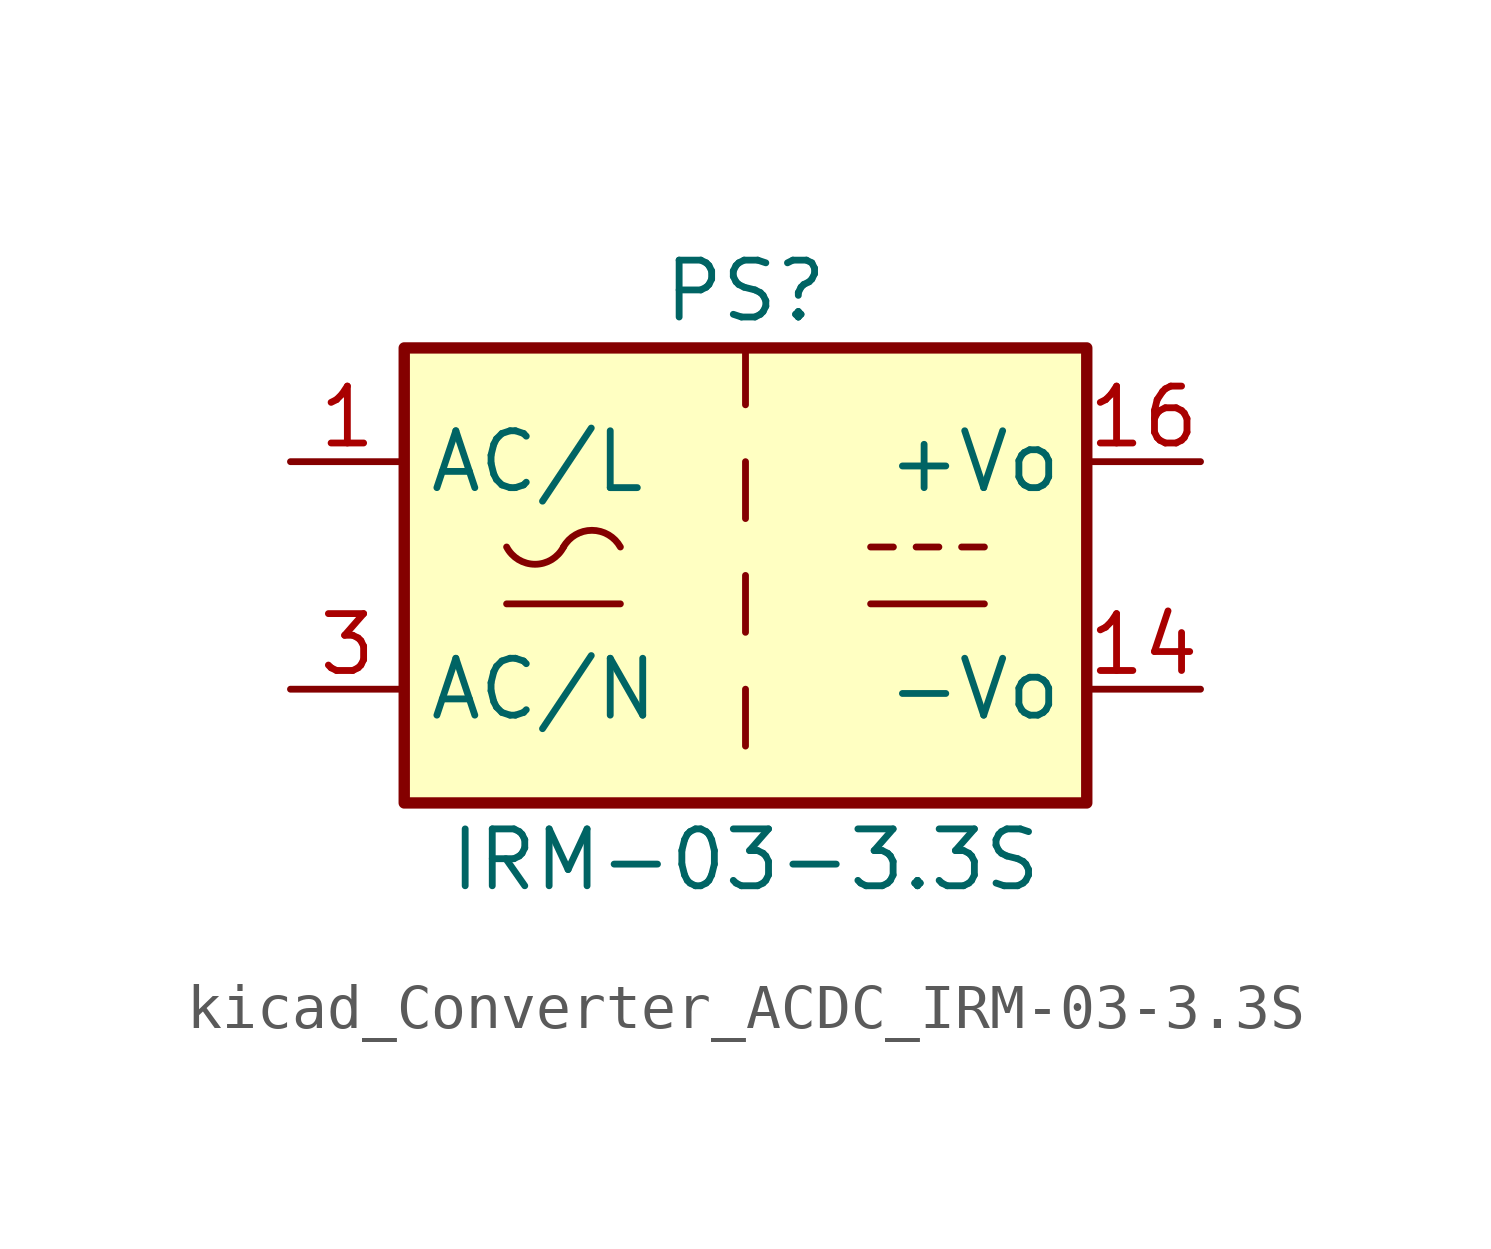
<source format=kicad_sym>
(kicad_symbol_lib
  (version 20220914)
  (generator kicad_symbol_editor)
  (symbol "kicad_Converter_ACDC_IRM-03-3.3S"
    (property "Reference" "PS"
      (at 0 6.35 0)
      (effects (font (size 1.27 1.27))))
    (property "Value" "IRM-03-3.3S"
      (at 0 -6.35 0)
      (effects (font (size 1.27 1.27))))
    (symbol "kicad_Converter_ACDC_IRM-03-3.3S_0_1"
      (rectangle (start -7.62 5.08) (end 7.62 -5.08) (stroke (width 0.254) (type default)) (fill (type background)))
      (arc (start -5.334 0.635) (mid -4.699 0.2495) (end -4.064 0.635) (stroke (width 0) (type default)) (fill (type none)))
      (arc (start -2.794 0.635) (mid -3.429 1.0072) (end -4.064 0.635) (stroke (width 0) (type default)) (fill (type none)))
      (polyline (pts (xy -5.334 -0.635) (xy -2.794 -0.635)) (stroke (width 0) (type default)) (fill (type none)))
      (polyline (pts (xy 0 -2.54) (xy 0 -3.81)) (stroke (width 0) (type default)) (fill (type none)))
      (polyline (pts (xy 0 0) (xy 0 -1.27)) (stroke (width 0) (type default)) (fill (type none)))
      (polyline (pts (xy 0 2.54) (xy 0 1.27)) (stroke (width 0) (type default)) (fill (type none)))
      (polyline (pts (xy 0 5.08) (xy 0 3.81)) (stroke (width 0) (type default)) (fill (type none)))
      (polyline (pts (xy 2.794 -0.635) (xy 5.334 -0.635)) (stroke (width 0) (type default)) (fill (type none)))
      (polyline (pts (xy 2.794 0.635) (xy 3.302 0.635)) (stroke (width 0) (type default)) (fill (type none)))
      (polyline (pts (xy 3.81 0.635) (xy 4.318 0.635)) (stroke (width 0) (type default)) (fill (type none)))
      (polyline (pts (xy 4.826 0.635) (xy 5.334 0.635)) (stroke (width 0) (type default)) (fill (type none))))
    (symbol "kicad_Converter_ACDC_IRM-03-3.3S_1_1"
      (pin power_in line (at -10.16 2.54 0) (length 2.54) (name "AC/L" (effects (font (size 1.27 1.27)))) (number "1" (effects (font (size 1.27 1.27)))))
      (pin power_out line (at 10.16 -2.54 180) (length 2.54) (name "-Vo" (effects (font (size 1.27 1.27)))) (number "14" (effects (font (size 1.27 1.27)))))
      (pin power_out line (at 10.16 2.54 180) (length 2.54) (name "+Vo" (effects (font (size 1.27 1.27)))) (number "16" (effects (font (size 1.27 1.27)))))
      (pin power_in line (at -10.16 -2.54 0) (length 2.54) (name "AC/N" (effects (font (size 1.27 1.27)))) (number "3" (effects (font (size 1.27 1.27))))))))
</source>
